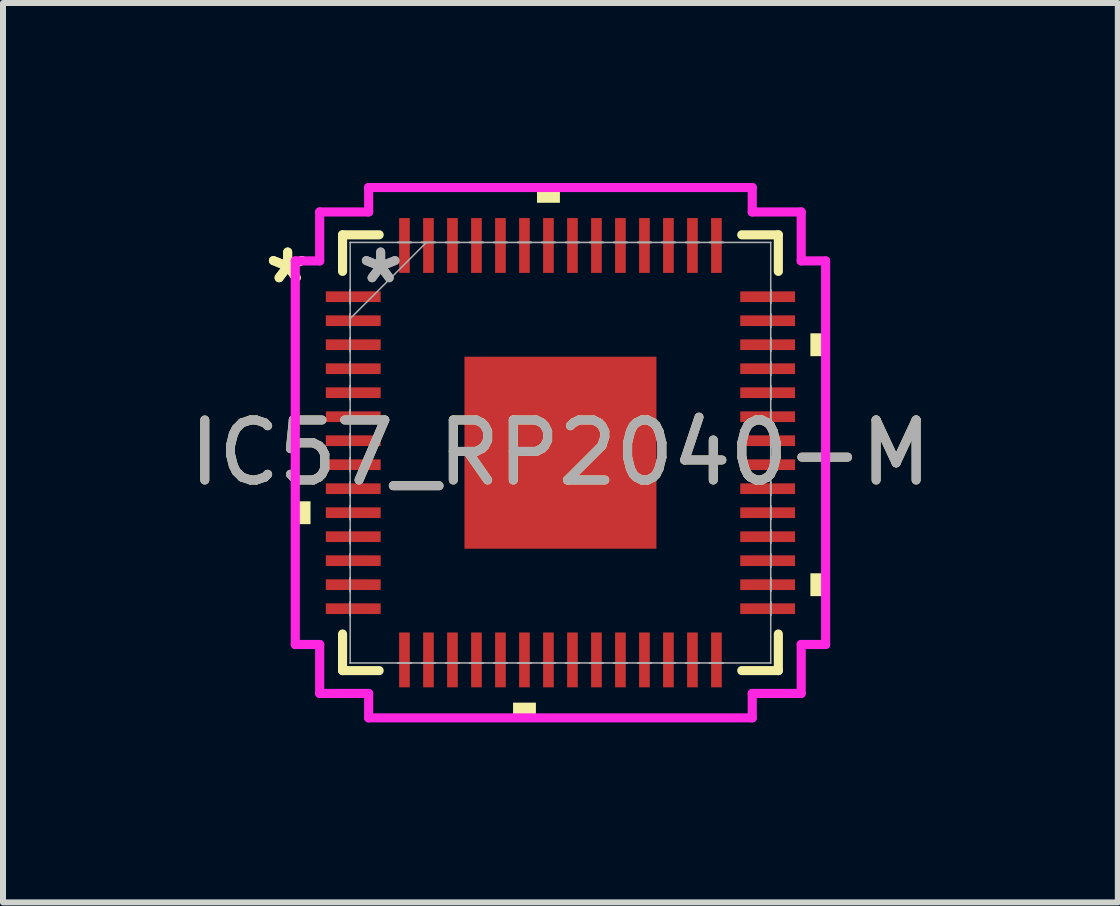
<source format=kicad_pcb>
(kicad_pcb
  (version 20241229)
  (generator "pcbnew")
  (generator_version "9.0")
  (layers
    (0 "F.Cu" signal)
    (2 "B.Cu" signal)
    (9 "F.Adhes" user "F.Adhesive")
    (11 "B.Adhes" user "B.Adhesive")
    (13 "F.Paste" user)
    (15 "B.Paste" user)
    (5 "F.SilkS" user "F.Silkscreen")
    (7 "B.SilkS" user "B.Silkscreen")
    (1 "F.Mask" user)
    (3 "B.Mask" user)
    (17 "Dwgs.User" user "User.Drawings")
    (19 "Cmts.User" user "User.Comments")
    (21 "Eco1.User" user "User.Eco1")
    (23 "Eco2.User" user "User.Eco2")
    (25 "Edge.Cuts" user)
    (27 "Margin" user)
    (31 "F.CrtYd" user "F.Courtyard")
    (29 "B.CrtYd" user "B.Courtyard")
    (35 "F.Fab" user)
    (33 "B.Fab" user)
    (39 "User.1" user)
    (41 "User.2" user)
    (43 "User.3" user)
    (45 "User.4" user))
  (footprint "IC57_RP2040-M"
    (layer "F.Cu")
    (at 6.292 4.496)
    (property "Reference" "IC57_RP2040-M" (at 0 0 0) (unlocked yes) (layer "F.SilkS") (effects (font (size 1 1) (thickness 0.15))))
    (attr smd)
    (fp_line (start -3.632 -3.632) (end -3.632 -3.022) (stroke (width 0.152) (type solid)) (layer "F.SilkS"))
    (fp_line (start -3.632 3.022) (end -3.632 3.632) (stroke (width 0.152) (type solid)) (layer "F.SilkS"))
    (fp_line (start -3.632 3.632) (end -3.022 3.632) (stroke (width 0.152) (type solid)) (layer "F.SilkS"))
    (fp_line (start -3.022 -3.632) (end -3.632 -3.632) (stroke (width 0.152) (type solid)) (layer "F.SilkS"))
    (fp_line (start 3.022 3.632) (end 3.632 3.632) (stroke (width 0.152) (type solid)) (layer "F.SilkS"))
    (fp_line (start 3.632 -3.632) (end 3.022 -3.632) (stroke (width 0.152) (type solid)) (layer "F.SilkS"))
    (fp_line (start 3.632 -3.022) (end 3.632 -3.632) (stroke (width 0.152) (type solid)) (layer "F.SilkS"))
    (fp_line (start 3.632 3.632) (end 3.632 3.022) (stroke (width 0.152) (type solid)) (layer "F.SilkS"))
    (fp_poly (pts (xy -4.42 0.81) (xy -4.42 1.191) (xy -4.166 1.191) (xy -4.166 0.81)) (stroke (width 0) (type solid)) (fill yes) (layer "F.SilkS"))
    (fp_poly (pts (xy -0.79 4.166) (xy -0.79 4.42) (xy -0.409 4.42) (xy -0.409 4.166)) (stroke (width 0) (type solid)) (fill yes) (layer "F.SilkS"))
    (fp_poly (pts (xy -0.391 -4.166) (xy -0.391 -4.42) (xy -0.009 -4.42) (xy -0.009 -4.166)) (stroke (width 0) (type solid)) (fill yes) (layer "F.SilkS"))
    (fp_poly (pts (xy 4.42 -1.99) (xy 4.42 -1.609) (xy 4.166 -1.609) (xy 4.166 -1.99)) (stroke (width 0) (type solid)) (fill yes) (layer "F.SilkS"))
    (fp_poly (pts (xy 4.42 2.01) (xy 4.42 2.391) (xy 4.166 2.391) (xy 4.166 2.01)) (stroke (width 0) (type solid)) (fill yes) (layer "F.SilkS"))
    (fp_poly (pts (xy -1.5 -1.5) (xy -1.5 -0.1) (xy -0.1 -0.1) (xy -0.1 -1.5)) (stroke (width 0) (type solid)) (fill yes) (layer "F.Paste"))
    (fp_poly (pts (xy -1.5 0.1) (xy -1.5 1.5) (xy -0.1 1.5) (xy -0.1 0.1)) (stroke (width 0) (type solid)) (fill yes) (layer "F.Paste"))
    (fp_poly (pts (xy 0.1 -1.5) (xy 0.1 -0.1) (xy 1.5 -0.1) (xy 1.5 -1.5)) (stroke (width 0) (type solid)) (fill yes) (layer "F.Paste"))
    (fp_poly (pts (xy 0.1 0.1) (xy 0.1 1.5) (xy 1.5 1.5) (xy 1.5 0.1)) (stroke (width 0) (type solid)) (fill yes) (layer "F.Paste"))
    (fp_line (start -4.42 -3.197) (end -4.013 -3.197) (stroke (width 0.152) (type solid)) (layer "F.CrtYd"))
    (fp_line (start -4.42 3.197) (end -4.42 -3.197) (stroke (width 0.152) (type solid)) (layer "F.CrtYd"))
    (fp_line (start -4.013 -4.013) (end -3.197 -4.013) (stroke (width 0.152) (type solid)) (layer "F.CrtYd"))
    (fp_line (start -4.013 -3.197) (end -4.013 -4.013) (stroke (width 0.152) (type solid)) (layer "F.CrtYd"))
    (fp_line (start -4.013 3.197) (end -4.42 3.197) (stroke (width 0.152) (type solid)) (layer "F.CrtYd"))
    (fp_line (start -4.013 4.013) (end -4.013 3.197) (stroke (width 0.152) (type solid)) (layer "F.CrtYd"))
    (fp_line (start -3.197 -4.42) (end 3.197 -4.42) (stroke (width 0.152) (type solid)) (layer "F.CrtYd"))
    (fp_line (start -3.197 -4.013) (end -3.197 -4.42) (stroke (width 0.152) (type solid)) (layer "F.CrtYd"))
    (fp_line (start -3.197 4.013) (end -4.013 4.013) (stroke (width 0.152) (type solid)) (layer "F.CrtYd"))
    (fp_line (start -3.197 4.42) (end -3.197 4.013) (stroke (width 0.152) (type solid)) (layer "F.CrtYd"))
    (fp_line (start 3.197 -4.42) (end 3.197 -4.013) (stroke (width 0.152) (type solid)) (layer "F.CrtYd"))
    (fp_line (start 3.197 -4.013) (end 4.013 -4.013) (stroke (width 0.152) (type solid)) (layer "F.CrtYd"))
    (fp_line (start 3.197 4.013) (end 3.197 4.42) (stroke (width 0.152) (type solid)) (layer "F.CrtYd"))
    (fp_line (start 3.197 4.42) (end -3.197 4.42) (stroke (width 0.152) (type solid)) (layer "F.CrtYd"))
    (fp_line (start 4.013 -4.013) (end 4.013 -3.197) (stroke (width 0.152) (type solid)) (layer "F.CrtYd"))
    (fp_line (start 4.013 -3.197) (end 4.42 -3.197) (stroke (width 0.152) (type solid)) (layer "F.CrtYd"))
    (fp_line (start 4.013 3.197) (end 4.013 4.013) (stroke (width 0.152) (type solid)) (layer "F.CrtYd"))
    (fp_line (start 4.013 4.013) (end 3.197 4.013) (stroke (width 0.152) (type solid)) (layer "F.CrtYd"))
    (fp_line (start 4.42 -3.197) (end 4.42 3.197) (stroke (width 0.152) (type solid)) (layer "F.CrtYd"))
    (fp_line (start 4.42 3.197) (end 4.013 3.197) (stroke (width 0.152) (type solid)) (layer "F.CrtYd"))
    (fp_line (start -3.505 -3.505) (end -3.505 -3.505) (stroke (width 0.025) (type solid)) (layer "F.Fab"))
    (fp_line (start -3.505 -3.505) (end -3.505 3.505) (stroke (width 0.025) (type solid)) (layer "F.Fab"))
    (fp_line (start -3.505 -2.714) (end -3.505 -2.714) (stroke (width 0.025) (type solid)) (layer "F.Fab"))
    (fp_line (start -3.505 -2.714) (end -3.505 -2.486) (stroke (width 0.025) (type solid)) (layer "F.Fab"))
    (fp_line (start -3.505 -2.486) (end -3.505 -2.714) (stroke (width 0.025) (type solid)) (layer "F.Fab"))
    (fp_line (start -3.505 -2.486) (end -3.505 -2.486) (stroke (width 0.025) (type solid)) (layer "F.Fab"))
    (fp_line (start -3.505 -2.314) (end -3.505 -2.314) (stroke (width 0.025) (type solid)) (layer "F.Fab"))
    (fp_line (start -3.505 -2.314) (end -3.505 -2.086) (stroke (width 0.025) (type solid)) (layer "F.Fab"))
    (fp_line (start -3.505 -2.235) (end -2.235 -3.505) (stroke (width 0.025) (type solid)) (layer "F.Fab"))
    (fp_line (start -3.505 -2.086) (end -3.505 -2.314) (stroke (width 0.025) (type solid)) (layer "F.Fab"))
    (fp_line (start -3.505 -2.086) (end -3.505 -2.086) (stroke (width 0.025) (type solid)) (layer "F.Fab"))
    (fp_line (start -3.505 -1.914) (end -3.505 -1.914) (stroke (width 0.025) (type solid)) (layer "F.Fab"))
    (fp_line (start -3.505 -1.914) (end -3.505 -1.686) (stroke (width 0.025) (type solid)) (layer "F.Fab"))
    (fp_line (start -3.505 -1.686) (end -3.505 -1.914) (stroke (width 0.025) (type solid)) (layer "F.Fab"))
    (fp_line (start -3.505 -1.686) (end -3.505 -1.686) (stroke (width 0.025) (type solid)) (layer "F.Fab"))
    (fp_line (start -3.505 -1.514) (end -3.505 -1.514) (stroke (width 0.025) (type solid)) (layer "F.Fab"))
    (fp_line (start -3.505 -1.514) (end -3.505 -1.286) (stroke (width 0.025) (type solid)) (layer "F.Fab"))
    (fp_line (start -3.505 -1.286) (end -3.505 -1.514) (stroke (width 0.025) (type solid)) (layer "F.Fab"))
    (fp_line (start -3.505 -1.286) (end -3.505 -1.286) (stroke (width 0.025) (type solid)) (layer "F.Fab"))
    (fp_line (start -3.505 -1.114) (end -3.505 -1.114) (stroke (width 0.025) (type solid)) (layer "F.Fab"))
    (fp_line (start -3.505 -1.114) (end -3.505 -0.886) (stroke (width 0.025) (type solid)) (layer "F.Fab"))
    (fp_line (start -3.505 -0.886) (end -3.505 -1.114) (stroke (width 0.025) (type solid)) (layer "F.Fab"))
    (fp_line (start -3.505 -0.886) (end -3.505 -0.886) (stroke (width 0.025) (type solid)) (layer "F.Fab"))
    (fp_line (start -3.505 -0.714) (end -3.505 -0.714) (stroke (width 0.025) (type solid)) (layer "F.Fab"))
    (fp_line (start -3.505 -0.714) (end -3.505 -0.486) (stroke (width 0.025) (type solid)) (layer "F.Fab"))
    (fp_line (start -3.505 -0.486) (end -3.505 -0.714) (stroke (width 0.025) (type solid)) (layer "F.Fab"))
    (fp_line (start -3.505 -0.486) (end -3.505 -0.486) (stroke (width 0.025) (type solid)) (layer "F.Fab"))
    (fp_line (start -3.505 -0.314) (end -3.505 -0.314) (stroke (width 0.025) (type solid)) (layer "F.Fab"))
    (fp_line (start -3.505 -0.314) (end -3.505 -0.086) (stroke (width 0.025) (type solid)) (layer "F.Fab"))
    (fp_line (start -3.505 -0.086) (end -3.505 -0.314) (stroke (width 0.025) (type solid)) (layer "F.Fab"))
    (fp_line (start -3.505 -0.086) (end -3.505 -0.086) (stroke (width 0.025) (type solid)) (layer "F.Fab"))
    (fp_line (start -3.505 0.086) (end -3.505 0.086) (stroke (width 0.025) (type solid)) (layer "F.Fab"))
    (fp_line (start -3.505 0.086) (end -3.505 0.314) (stroke (width 0.025) (type solid)) (layer "F.Fab"))
    (fp_line (start -3.505 0.314) (end -3.505 0.086) (stroke (width 0.025) (type solid)) (layer "F.Fab"))
    (fp_line (start -3.505 0.314) (end -3.505 0.314) (stroke (width 0.025) (type solid)) (layer "F.Fab"))
    (fp_line (start -3.505 0.486) (end -3.505 0.486) (stroke (width 0.025) (type solid)) (layer "F.Fab"))
    (fp_line (start -3.505 0.486) (end -3.505 0.714) (stroke (width 0.025) (type solid)) (layer "F.Fab"))
    (fp_line (start -3.505 0.714) (end -3.505 0.486) (stroke (width 0.025) (type solid)) (layer "F.Fab"))
    (fp_line (start -3.505 0.714) (end -3.505 0.714) (stroke (width 0.025) (type solid)) (layer "F.Fab"))
    (fp_line (start -3.505 0.886) (end -3.505 0.886) (stroke (width 0.025) (type solid)) (layer "F.Fab"))
    (fp_line (start -3.505 0.886) (end -3.505 1.114) (stroke (width 0.025) (type solid)) (layer "F.Fab"))
    (fp_line (start -3.505 1.114) (end -3.505 0.886) (stroke (width 0.025) (type solid)) (layer "F.Fab"))
    (fp_line (start -3.505 1.114) (end -3.505 1.114) (stroke (width 0.025) (type solid)) (layer "F.Fab"))
    (fp_line (start -3.505 1.286) (end -3.505 1.286) (stroke (width 0.025) (type solid)) (layer "F.Fab"))
    (fp_line (start -3.505 1.286) (end -3.505 1.514) (stroke (width 0.025) (type solid)) (layer "F.Fab"))
    (fp_line (start -3.505 1.514) (end -3.505 1.286) (stroke (width 0.025) (type solid)) (layer "F.Fab"))
    (fp_line (start -3.505 1.514) (end -3.505 1.514) (stroke (width 0.025) (type solid)) (layer "F.Fab"))
    (fp_line (start -3.505 1.686) (end -3.505 1.686) (stroke (width 0.025) (type solid)) (layer "F.Fab"))
    (fp_line (start -3.505 1.686) (end -3.505 1.914) (stroke (width 0.025) (type solid)) (layer "F.Fab"))
    (fp_line (start -3.505 1.914) (end -3.505 1.686) (stroke (width 0.025) (type solid)) (layer "F.Fab"))
    (fp_line (start -3.505 1.914) (end -3.505 1.914) (stroke (width 0.025) (type solid)) (layer "F.Fab"))
    (fp_line (start -3.505 2.086) (end -3.505 2.086) (stroke (width 0.025) (type solid)) (layer "F.Fab"))
    (fp_line (start -3.505 2.086) (end -3.505 2.314) (stroke (width 0.025) (type solid)) (layer "F.Fab"))
    (fp_line (start -3.505 2.314) (end -3.505 2.086) (stroke (width 0.025) (type solid)) (layer "F.Fab"))
    (fp_line (start -3.505 2.314) (end -3.505 2.314) (stroke (width 0.025) (type solid)) (layer "F.Fab"))
    (fp_line (start -3.505 2.486) (end -3.505 2.486) (stroke (width 0.025) (type solid)) (layer "F.Fab"))
    (fp_line (start -3.505 2.486) (end -3.505 2.714) (stroke (width 0.025) (type solid)) (layer "F.Fab"))
    (fp_line (start -3.505 2.714) (end -3.505 2.486) (stroke (width 0.025) (type solid)) (layer "F.Fab"))
    (fp_line (start -3.505 2.714) (end -3.505 2.714) (stroke (width 0.025) (type solid)) (layer "F.Fab"))
    (fp_line (start -3.505 3.505) (end -3.505 3.505) (stroke (width 0.025) (type solid)) (layer "F.Fab"))
    (fp_line (start -3.505 3.505) (end 3.505 3.505) (stroke (width 0.025) (type solid)) (layer "F.Fab"))
    (fp_line (start -2.714 -3.505) (end -2.714 -3.505) (stroke (width 0.025) (type solid)) (layer "F.Fab"))
    (fp_line (start -2.714 -3.505) (end -2.486 -3.505) (stroke (width 0.025) (type solid)) (layer "F.Fab"))
    (fp_line (start -2.714 3.505) (end -2.714 3.505) (stroke (width 0.025) (type solid)) (layer "F.Fab"))
    (fp_line (start -2.714 3.505) (end -2.486 3.505) (stroke (width 0.025) (type solid)) (layer "F.Fab"))
    (fp_line (start -2.486 -3.505) (end -2.714 -3.505) (stroke (width 0.025) (type solid)) (layer "F.Fab"))
    (fp_line (start -2.486 -3.505) (end -2.486 -3.505) (stroke (width 0.025) (type solid)) (layer "F.Fab"))
    (fp_line (start -2.486 3.505) (end -2.714 3.505) (stroke (width 0.025) (type solid)) (layer "F.Fab"))
    (fp_line (start -2.486 3.505) (end -2.486 3.505) (stroke (width 0.025) (type solid)) (layer "F.Fab"))
    (fp_line (start -2.314 -3.505) (end -2.314 -3.505) (stroke (width 0.025) (type solid)) (layer "F.Fab"))
    (fp_line (start -2.314 -3.505) (end -2.086 -3.505) (stroke (width 0.025) (type solid)) (layer "F.Fab"))
    (fp_line (start -2.314 3.505) (end -2.314 3.505) (stroke (width 0.025) (type solid)) (layer "F.Fab"))
    (fp_line (start -2.314 3.505) (end -2.086 3.505) (stroke (width 0.025) (type solid)) (layer "F.Fab"))
    (fp_line (start -2.086 -3.505) (end -2.314 -3.505) (stroke (width 0.025) (type solid)) (layer "F.Fab"))
    (fp_line (start -2.086 -3.505) (end -2.086 -3.505) (stroke (width 0.025) (type solid)) (layer "F.Fab"))
    (fp_line (start -2.086 3.505) (end -2.314 3.505) (stroke (width 0.025) (type solid)) (layer "F.Fab"))
    (fp_line (start -2.086 3.505) (end -2.086 3.505) (stroke (width 0.025) (type solid)) (layer "F.Fab"))
    (fp_line (start -1.914 -3.505) (end -1.914 -3.505) (stroke (width 0.025) (type solid)) (layer "F.Fab"))
    (fp_line (start -1.914 -3.505) (end -1.686 -3.505) (stroke (width 0.025) (type solid)) (layer "F.Fab"))
    (fp_line (start -1.914 3.505) (end -1.914 3.505) (stroke (width 0.025) (type solid)) (layer "F.Fab"))
    (fp_line (start -1.914 3.505) (end -1.686 3.505) (stroke (width 0.025) (type solid)) (layer "F.Fab"))
    (fp_line (start -1.686 -3.505) (end -1.914 -3.505) (stroke (width 0.025) (type solid)) (layer "F.Fab"))
    (fp_line (start -1.686 -3.505) (end -1.686 -3.505) (stroke (width 0.025) (type solid)) (layer "F.Fab"))
    (fp_line (start -1.686 3.505) (end -1.914 3.505) (stroke (width 0.025) (type solid)) (layer "F.Fab"))
    (fp_line (start -1.686 3.505) (end -1.686 3.505) (stroke (width 0.025) (type solid)) (layer "F.Fab"))
    (fp_line (start -1.514 -3.505) (end -1.514 -3.505) (stroke (width 0.025) (type solid)) (layer "F.Fab"))
    (fp_line (start -1.514 -3.505) (end -1.286 -3.505) (stroke (width 0.025) (type solid)) (layer "F.Fab"))
    (fp_line (start -1.514 3.505) (end -1.514 3.505) (stroke (width 0.025) (type solid)) (layer "F.Fab"))
    (fp_line (start -1.514 3.505) (end -1.286 3.505) (stroke (width 0.025) (type solid)) (layer "F.Fab"))
    (fp_line (start -1.286 -3.505) (end -1.514 -3.505) (stroke (width 0.025) (type solid)) (layer "F.Fab"))
    (fp_line (start -1.286 -3.505) (end -1.286 -3.505) (stroke (width 0.025) (type solid)) (layer "F.Fab"))
    (fp_line (start -1.286 3.505) (end -1.514 3.505) (stroke (width 0.025) (type solid)) (layer "F.Fab"))
    (fp_line (start -1.286 3.505) (end -1.286 3.505) (stroke (width 0.025) (type solid)) (layer "F.Fab"))
    (fp_line (start -1.114 -3.505) (end -1.114 -3.505) (stroke (width 0.025) (type solid)) (layer "F.Fab"))
    (fp_line (start -1.114 -3.505) (end -0.886 -3.505) (stroke (width 0.025) (type solid)) (layer "F.Fab"))
    (fp_line (start -1.114 3.505) (end -1.114 3.505) (stroke (width 0.025) (type solid)) (layer "F.Fab"))
    (fp_line (start -1.114 3.505) (end -0.886 3.505) (stroke (width 0.025) (type solid)) (layer "F.Fab"))
    (fp_line (start -0.886 -3.505) (end -1.114 -3.505) (stroke (width 0.025) (type solid)) (layer "F.Fab"))
    (fp_line (start -0.886 -3.505) (end -0.886 -3.505) (stroke (width 0.025) (type solid)) (layer "F.Fab"))
    (fp_line (start -0.886 3.505) (end -1.114 3.505) (stroke (width 0.025) (type solid)) (layer "F.Fab"))
    (fp_line (start -0.886 3.505) (end -0.886 3.505) (stroke (width 0.025) (type solid)) (layer "F.Fab"))
    (fp_line (start -0.714 -3.505) (end -0.714 -3.505) (stroke (width 0.025) (type solid)) (layer "F.Fab"))
    (fp_line (start -0.714 -3.505) (end -0.486 -3.505) (stroke (width 0.025) (type solid)) (layer "F.Fab"))
    (fp_line (start -0.714 3.505) (end -0.714 3.505) (stroke (width 0.025) (type solid)) (layer "F.Fab"))
    (fp_line (start -0.714 3.505) (end -0.486 3.505) (stroke (width 0.025) (type solid)) (layer "F.Fab"))
    (fp_line (start -0.486 -3.505) (end -0.714 -3.505) (stroke (width 0.025) (type solid)) (layer "F.Fab"))
    (fp_line (start -0.486 -3.505) (end -0.486 -3.505) (stroke (width 0.025) (type solid)) (layer "F.Fab"))
    (fp_line (start -0.486 3.505) (end -0.714 3.505) (stroke (width 0.025) (type solid)) (layer "F.Fab"))
    (fp_line (start -0.486 3.505) (end -0.486 3.505) (stroke (width 0.025) (type solid)) (layer "F.Fab"))
    (fp_line (start -0.314 -3.505) (end -0.314 -3.505) (stroke (width 0.025) (type solid)) (layer "F.Fab"))
    (fp_line (start -0.314 -3.505) (end -0.086 -3.505) (stroke (width 0.025) (type solid)) (layer "F.Fab"))
    (fp_line (start -0.314 3.505) (end -0.314 3.505) (stroke (width 0.025) (type solid)) (layer "F.Fab"))
    (fp_line (start -0.314 3.505) (end -0.086 3.505) (stroke (width 0.025) (type solid)) (layer "F.Fab"))
    (fp_line (start -0.086 -3.505) (end -0.314 -3.505) (stroke (width 0.025) (type solid)) (layer "F.Fab"))
    (fp_line (start -0.086 -3.505) (end -0.086 -3.505) (stroke (width 0.025) (type solid)) (layer "F.Fab"))
    (fp_line (start -0.086 3.505) (end -0.314 3.505) (stroke (width 0.025) (type solid)) (layer "F.Fab"))
    (fp_line (start -0.086 3.505) (end -0.086 3.505) (stroke (width 0.025) (type solid)) (layer "F.Fab"))
    (fp_line (start 0.086 -3.505) (end 0.086 -3.505) (stroke (width 0.025) (type solid)) (layer "F.Fab"))
    (fp_line (start 0.086 -3.505) (end 0.314 -3.505) (stroke (width 0.025) (type solid)) (layer "F.Fab"))
    (fp_line (start 0.086 3.505) (end 0.086 3.505) (stroke (width 0.025) (type solid)) (layer "F.Fab"))
    (fp_line (start 0.086 3.505) (end 0.314 3.505) (stroke (width 0.025) (type solid)) (layer "F.Fab"))
    (fp_line (start 0.314 -3.505) (end 0.086 -3.505) (stroke (width 0.025) (type solid)) (layer "F.Fab"))
    (fp_line (start 0.314 -3.505) (end 0.314 -3.505) (stroke (width 0.025) (type solid)) (layer "F.Fab"))
    (fp_line (start 0.314 3.505) (end 0.086 3.505) (stroke (width 0.025) (type solid)) (layer "F.Fab"))
    (fp_line (start 0.314 3.505) (end 0.314 3.505) (stroke (width 0.025) (type solid)) (layer "F.Fab"))
    (fp_line (start 0.486 -3.505) (end 0.486 -3.505) (stroke (width 0.025) (type solid)) (layer "F.Fab"))
    (fp_line (start 0.486 -3.505) (end 0.714 -3.505) (stroke (width 0.025) (type solid)) (layer "F.Fab"))
    (fp_line (start 0.486 3.505) (end 0.486 3.505) (stroke (width 0.025) (type solid)) (layer "F.Fab"))
    (fp_line (start 0.486 3.505) (end 0.714 3.505) (stroke (width 0.025) (type solid)) (layer "F.Fab"))
    (fp_line (start 0.714 -3.505) (end 0.486 -3.505) (stroke (width 0.025) (type solid)) (layer "F.Fab"))
    (fp_line (start 0.714 -3.505) (end 0.714 -3.505) (stroke (width 0.025) (type solid)) (layer "F.Fab"))
    (fp_line (start 0.714 3.505) (end 0.486 3.505) (stroke (width 0.025) (type solid)) (layer "F.Fab"))
    (fp_line (start 0.714 3.505) (end 0.714 3.505) (stroke (width 0.025) (type solid)) (layer "F.Fab"))
    (fp_line (start 0.886 -3.505) (end 0.886 -3.505) (stroke (width 0.025) (type solid)) (layer "F.Fab"))
    (fp_line (start 0.886 -3.505) (end 1.114 -3.505) (stroke (width 0.025) (type solid)) (layer "F.Fab"))
    (fp_line (start 0.886 3.505) (end 0.886 3.505) (stroke (width 0.025) (type solid)) (layer "F.Fab"))
    (fp_line (start 0.886 3.505) (end 1.114 3.505) (stroke (width 0.025) (type solid)) (layer "F.Fab"))
    (fp_line (start 1.114 -3.505) (end 0.886 -3.505) (stroke (width 0.025) (type solid)) (layer "F.Fab"))
    (fp_line (start 1.114 -3.505) (end 1.114 -3.505) (stroke (width 0.025) (type solid)) (layer "F.Fab"))
    (fp_line (start 1.114 3.505) (end 0.886 3.505) (stroke (width 0.025) (type solid)) (layer "F.Fab"))
    (fp_line (start 1.114 3.505) (end 1.114 3.505) (stroke (width 0.025) (type solid)) (layer "F.Fab"))
    (fp_line (start 1.286 -3.505) (end 1.286 -3.505) (stroke (width 0.025) (type solid)) (layer "F.Fab"))
    (fp_line (start 1.286 -3.505) (end 1.514 -3.505) (stroke (width 0.025) (type solid)) (layer "F.Fab"))
    (fp_line (start 1.286 3.505) (end 1.286 3.505) (stroke (width 0.025) (type solid)) (layer "F.Fab"))
    (fp_line (start 1.286 3.505) (end 1.514 3.505) (stroke (width 0.025) (type solid)) (layer "F.Fab"))
    (fp_line (start 1.514 -3.505) (end 1.286 -3.505) (stroke (width 0.025) (type solid)) (layer "F.Fab"))
    (fp_line (start 1.514 -3.505) (end 1.514 -3.505) (stroke (width 0.025) (type solid)) (layer "F.Fab"))
    (fp_line (start 1.514 3.505) (end 1.286 3.505) (stroke (width 0.025) (type solid)) (layer "F.Fab"))
    (fp_line (start 1.514 3.505) (end 1.514 3.505) (stroke (width 0.025) (type solid)) (layer "F.Fab"))
    (fp_line (start 1.686 -3.505) (end 1.686 -3.505) (stroke (width 0.025) (type solid)) (layer "F.Fab"))
    (fp_line (start 1.686 -3.505) (end 1.914 -3.505) (stroke (width 0.025) (type solid)) (layer "F.Fab"))
    (fp_line (start 1.686 3.505) (end 1.686 3.505) (stroke (width 0.025) (type solid)) (layer "F.Fab"))
    (fp_line (start 1.686 3.505) (end 1.914 3.505) (stroke (width 0.025) (type solid)) (layer "F.Fab"))
    (fp_line (start 1.914 -3.505) (end 1.686 -3.505) (stroke (width 0.025) (type solid)) (layer "F.Fab"))
    (fp_line (start 1.914 -3.505) (end 1.914 -3.505) (stroke (width 0.025) (type solid)) (layer "F.Fab"))
    (fp_line (start 1.914 3.505) (end 1.686 3.505) (stroke (width 0.025) (type solid)) (layer "F.Fab"))
    (fp_line (start 1.914 3.505) (end 1.914 3.505) (stroke (width 0.025) (type solid)) (layer "F.Fab"))
    (fp_line (start 2.086 -3.505) (end 2.086 -3.505) (stroke (width 0.025) (type solid)) (layer "F.Fab"))
    (fp_line (start 2.086 -3.505) (end 2.314 -3.505) (stroke (width 0.025) (type solid)) (layer "F.Fab"))
    (fp_line (start 2.086 3.505) (end 2.086 3.505) (stroke (width 0.025) (type solid)) (layer "F.Fab"))
    (fp_line (start 2.086 3.505) (end 2.314 3.505) (stroke (width 0.025) (type solid)) (layer "F.Fab"))
    (fp_line (start 2.314 -3.505) (end 2.086 -3.505) (stroke (width 0.025) (type solid)) (layer "F.Fab"))
    (fp_line (start 2.314 -3.505) (end 2.314 -3.505) (stroke (width 0.025) (type solid)) (layer "F.Fab"))
    (fp_line (start 2.314 3.505) (end 2.086 3.505) (stroke (width 0.025) (type solid)) (layer "F.Fab"))
    (fp_line (start 2.314 3.505) (end 2.314 3.505) (stroke (width 0.025) (type solid)) (layer "F.Fab"))
    (fp_line (start 2.486 -3.505) (end 2.486 -3.505) (stroke (width 0.025) (type solid)) (layer "F.Fab"))
    (fp_line (start 2.486 -3.505) (end 2.714 -3.505) (stroke (width 0.025) (type solid)) (layer "F.Fab"))
    (fp_line (start 2.486 3.505) (end 2.486 3.505) (stroke (width 0.025) (type solid)) (layer "F.Fab"))
    (fp_line (start 2.486 3.505) (end 2.714 3.505) (stroke (width 0.025) (type solid)) (layer "F.Fab"))
    (fp_line (start 2.714 -3.505) (end 2.486 -3.505) (stroke (width 0.025) (type solid)) (layer "F.Fab"))
    (fp_line (start 2.714 -3.505) (end 2.714 -3.505) (stroke (width 0.025) (type solid)) (layer "F.Fab"))
    (fp_line (start 2.714 3.505) (end 2.486 3.505) (stroke (width 0.025) (type solid)) (layer "F.Fab"))
    (fp_line (start 2.714 3.505) (end 2.714 3.505) (stroke (width 0.025) (type solid)) (layer "F.Fab"))
    (fp_line (start 3.505 -3.505) (end -3.505 -3.505) (stroke (width 0.025) (type solid)) (layer "F.Fab"))
    (fp_line (start 3.505 -3.505) (end 3.505 -3.505) (stroke (width 0.025) (type solid)) (layer "F.Fab"))
    (fp_line (start 3.505 -2.714) (end 3.505 -2.714) (stroke (width 0.025) (type solid)) (layer "F.Fab"))
    (fp_line (start 3.505 -2.714) (end 3.505 -2.486) (stroke (width 0.025) (type solid)) (layer "F.Fab"))
    (fp_line (start 3.505 -2.486) (end 3.505 -2.714) (stroke (width 0.025) (type solid)) (layer "F.Fab"))
    (fp_line (start 3.505 -2.486) (end 3.505 -2.486) (stroke (width 0.025) (type solid)) (layer "F.Fab"))
    (fp_line (start 3.505 -2.314) (end 3.505 -2.314) (stroke (width 0.025) (type solid)) (layer "F.Fab"))
    (fp_line (start 3.505 -2.314) (end 3.505 -2.086) (stroke (width 0.025) (type solid)) (layer "F.Fab"))
    (fp_line (start 3.505 -2.086) (end 3.505 -2.314) (stroke (width 0.025) (type solid)) (layer "F.Fab"))
    (fp_line (start 3.505 -2.086) (end 3.505 -2.086) (stroke (width 0.025) (type solid)) (layer "F.Fab"))
    (fp_line (start 3.505 -1.914) (end 3.505 -1.914) (stroke (width 0.025) (type solid)) (layer "F.Fab"))
    (fp_line (start 3.505 -1.914) (end 3.505 -1.686) (stroke (width 0.025) (type solid)) (layer "F.Fab"))
    (fp_line (start 3.505 -1.686) (end 3.505 -1.914) (stroke (width 0.025) (type solid)) (layer "F.Fab"))
    (fp_line (start 3.505 -1.686) (end 3.505 -1.686) (stroke (width 0.025) (type solid)) (layer "F.Fab"))
    (fp_line (start 3.505 -1.514) (end 3.505 -1.514) (stroke (width 0.025) (type solid)) (layer "F.Fab"))
    (fp_line (start 3.505 -1.514) (end 3.505 -1.286) (stroke (width 0.025) (type solid)) (layer "F.Fab"))
    (fp_line (start 3.505 -1.286) (end 3.505 -1.514) (stroke (width 0.025) (type solid)) (layer "F.Fab"))
    (fp_line (start 3.505 -1.286) (end 3.505 -1.286) (stroke (width 0.025) (type solid)) (layer "F.Fab"))
    (fp_line (start 3.505 -1.114) (end 3.505 -1.114) (stroke (width 0.025) (type solid)) (layer "F.Fab"))
    (fp_line (start 3.505 -1.114) (end 3.505 -0.886) (stroke (width 0.025) (type solid)) (layer "F.Fab"))
    (fp_line (start 3.505 -0.886) (end 3.505 -1.114) (stroke (width 0.025) (type solid)) (layer "F.Fab"))
    (fp_line (start 3.505 -0.886) (end 3.505 -0.886) (stroke (width 0.025) (type solid)) (layer "F.Fab"))
    (fp_line (start 3.505 -0.714) (end 3.505 -0.714) (stroke (width 0.025) (type solid)) (layer "F.Fab"))
    (fp_line (start 3.505 -0.714) (end 3.505 -0.486) (stroke (width 0.025) (type solid)) (layer "F.Fab"))
    (fp_line (start 3.505 -0.486) (end 3.505 -0.714) (stroke (width 0.025) (type solid)) (layer "F.Fab"))
    (fp_line (start 3.505 -0.486) (end 3.505 -0.486) (stroke (width 0.025) (type solid)) (layer "F.Fab"))
    (fp_line (start 3.505 -0.314) (end 3.505 -0.314) (stroke (width 0.025) (type solid)) (layer "F.Fab"))
    (fp_line (start 3.505 -0.314) (end 3.505 -0.086) (stroke (width 0.025) (type solid)) (layer "F.Fab"))
    (fp_line (start 3.505 -0.086) (end 3.505 -0.314) (stroke (width 0.025) (type solid)) (layer "F.Fab"))
    (fp_line (start 3.505 -0.086) (end 3.505 -0.086) (stroke (width 0.025) (type solid)) (layer "F.Fab"))
    (fp_line (start 3.505 0.086) (end 3.505 0.086) (stroke (width 0.025) (type solid)) (layer "F.Fab"))
    (fp_line (start 3.505 0.086) (end 3.505 0.314) (stroke (width 0.025) (type solid)) (layer "F.Fab"))
    (fp_line (start 3.505 0.314) (end 3.505 0.086) (stroke (width 0.025) (type solid)) (layer "F.Fab"))
    (fp_line (start 3.505 0.314) (end 3.505 0.314) (stroke (width 0.025) (type solid)) (layer "F.Fab"))
    (fp_line (start 3.505 0.486) (end 3.505 0.486) (stroke (width 0.025) (type solid)) (layer "F.Fab"))
    (fp_line (start 3.505 0.486) (end 3.505 0.714) (stroke (width 0.025) (type solid)) (layer "F.Fab"))
    (fp_line (start 3.505 0.714) (end 3.505 0.486) (stroke (width 0.025) (type solid)) (layer "F.Fab"))
    (fp_line (start 3.505 0.714) (end 3.505 0.714) (stroke (width 0.025) (type solid)) (layer "F.Fab"))
    (fp_line (start 3.505 0.886) (end 3.505 0.886) (stroke (width 0.025) (type solid)) (layer "F.Fab"))
    (fp_line (start 3.505 0.886) (end 3.505 1.114) (stroke (width 0.025) (type solid)) (layer "F.Fab"))
    (fp_line (start 3.505 1.114) (end 3.505 0.886) (stroke (width 0.025) (type solid)) (layer "F.Fab"))
    (fp_line (start 3.505 1.114) (end 3.505 1.114) (stroke (width 0.025) (type solid)) (layer "F.Fab"))
    (fp_line (start 3.505 1.286) (end 3.505 1.286) (stroke (width 0.025) (type solid)) (layer "F.Fab"))
    (fp_line (start 3.505 1.286) (end 3.505 1.514) (stroke (width 0.025) (type solid)) (layer "F.Fab"))
    (fp_line (start 3.505 1.514) (end 3.505 1.286) (stroke (width 0.025) (type solid)) (layer "F.Fab"))
    (fp_line (start 3.505 1.514) (end 3.505 1.514) (stroke (width 0.025) (type solid)) (layer "F.Fab"))
    (fp_line (start 3.505 1.686) (end 3.505 1.686) (stroke (width 0.025) (type solid)) (layer "F.Fab"))
    (fp_line (start 3.505 1.686) (end 3.505 1.914) (stroke (width 0.025) (type solid)) (layer "F.Fab"))
    (fp_line (start 3.505 1.914) (end 3.505 1.686) (stroke (width 0.025) (type solid)) (layer "F.Fab"))
    (fp_line (start 3.505 1.914) (end 3.505 1.914) (stroke (width 0.025) (type solid)) (layer "F.Fab"))
    (fp_line (start 3.505 2.086) (end 3.505 2.086) (stroke (width 0.025) (type solid)) (layer "F.Fab"))
    (fp_line (start 3.505 2.086) (end 3.505 2.314) (stroke (width 0.025) (type solid)) (layer "F.Fab"))
    (fp_line (start 3.505 2.314) (end 3.505 2.086) (stroke (width 0.025) (type solid)) (layer "F.Fab"))
    (fp_line (start 3.505 2.314) (end 3.505 2.314) (stroke (width 0.025) (type solid)) (layer "F.Fab"))
    (fp_line (start 3.505 2.486) (end 3.505 2.486) (stroke (width 0.025) (type solid)) (layer "F.Fab"))
    (fp_line (start 3.505 2.486) (end 3.505 2.714) (stroke (width 0.025) (type solid)) (layer "F.Fab"))
    (fp_line (start 3.505 2.714) (end 3.505 2.486) (stroke (width 0.025) (type solid)) (layer "F.Fab"))
    (fp_line (start 3.505 2.714) (end 3.505 2.714) (stroke (width 0.025) (type solid)) (layer "F.Fab"))
    (fp_line (start 3.505 3.505) (end 3.505 -3.505) (stroke (width 0.025) (type solid)) (layer "F.Fab"))
    (fp_line (start 3.505 3.505) (end 3.505 3.505) (stroke (width 0.025) (type solid)) (layer "F.Fab"))
    (fp_text user "*" (at -4.547 -2.8 0) (unlocked yes) (layer "F.SilkS") (effects (font (size 1 1) (thickness 0.15))))
    (fp_text user "*" (at -4.547 -2.8 0) (layer "F.SilkS") (effects (font (size 1 1) (thickness 0.15))))
    (fp_text user "*" (at -2.997 -2.8 0) (layer "F.Fab") (effects (font (size 1 1) (thickness 0.15))))
    (fp_text user "${REFERENCE}" (at 0 0 0) (unlocked yes) (layer "F.Fab") (effects (font (size 1 1) (thickness 0.15))))
    (fp_text user "*" (at -2.997 -2.8 0) (unlocked yes) (layer "F.Fab") (effects (font (size 1 1) (thickness 0.15))))
    (pad "1" smd rect (at -3.454 -2.6 90) (size 0.178 0.914) (layers "F.Cu" "F.Mask" "F.Paste"))
    (pad "2" smd rect (at -3.454 -2.2 90) (size 0.178 0.914) (layers "F.Cu" "F.Mask" "F.Paste"))
    (pad "3" smd rect (at -3.454 -1.8 90) (size 0.178 0.914) (layers "F.Cu" "F.Mask" "F.Paste"))
    (pad "4" smd rect (at -3.454 -1.4 90) (size 0.178 0.914) (layers "F.Cu" "F.Mask" "F.Paste"))
    (pad "5" smd rect (at -3.454 -1 90) (size 0.178 0.914) (layers "F.Cu" "F.Mask" "F.Paste"))
    (pad "6" smd rect (at -3.454 -0.6 90) (size 0.178 0.914) (layers "F.Cu" "F.Mask" "F.Paste"))
    (pad "7" smd rect (at -3.454 -0.2 90) (size 0.178 0.914) (layers "F.Cu" "F.Mask" "F.Paste"))
    (pad "8" smd rect (at -3.454 0.2 90) (size 0.178 0.914) (layers "F.Cu" "F.Mask" "F.Paste"))
    (pad "9" smd rect (at -3.454 0.6 90) (size 0.178 0.914) (layers "F.Cu" "F.Mask" "F.Paste"))
    (pad "10" smd rect (at -3.454 1 90) (size 0.178 0.914) (layers "F.Cu" "F.Mask" "F.Paste"))
    (pad "11" smd rect (at -3.454 1.4 90) (size 0.178 0.914) (layers "F.Cu" "F.Mask" "F.Paste"))
    (pad "12" smd rect (at -3.454 1.8 90) (size 0.178 0.914) (layers "F.Cu" "F.Mask" "F.Paste"))
    (pad "13" smd rect (at -3.454 2.2 90) (size 0.178 0.914) (layers "F.Cu" "F.Mask" "F.Paste"))
    (pad "14" smd rect (at -3.454 2.6 90) (size 0.178 0.914) (layers "F.Cu" "F.Mask" "F.Paste"))
    (pad "15" smd rect (at -2.6 3.454) (size 0.178 0.914) (layers "F.Cu" "F.Mask" "F.Paste"))
    (pad "16" smd rect (at -2.2 3.454) (size 0.178 0.914) (layers "F.Cu" "F.Mask" "F.Paste"))
    (pad "17" smd rect (at -1.8 3.454) (size 0.178 0.914) (layers "F.Cu" "F.Mask" "F.Paste"))
    (pad "18" smd rect (at -1.4 3.454) (size 0.178 0.914) (layers "F.Cu" "F.Mask" "F.Paste"))
    (pad "19" smd rect (at -1 3.454) (size 0.178 0.914) (layers "F.Cu" "F.Mask" "F.Paste"))
    (pad "20" smd rect (at -0.6 3.454) (size 0.178 0.914) (layers "F.Cu" "F.Mask" "F.Paste"))
    (pad "21" smd rect (at -0.2 3.454) (size 0.178 0.914) (layers "F.Cu" "F.Mask" "F.Paste"))
    (pad "22" smd rect (at 0.2 3.454) (size 0.178 0.914) (layers "F.Cu" "F.Mask" "F.Paste"))
    (pad "23" smd rect (at 0.6 3.454) (size 0.178 0.914) (layers "F.Cu" "F.Mask" "F.Paste"))
    (pad "24" smd rect (at 1 3.454) (size 0.178 0.914) (layers "F.Cu" "F.Mask" "F.Paste"))
    (pad "25" smd rect (at 1.4 3.454) (size 0.178 0.914) (layers "F.Cu" "F.Mask" "F.Paste"))
    (pad "26" smd rect (at 1.8 3.454) (size 0.178 0.914) (layers "F.Cu" "F.Mask" "F.Paste"))
    (pad "27" smd rect (at 2.2 3.454) (size 0.178 0.914) (layers "F.Cu" "F.Mask" "F.Paste"))
    (pad "28" smd rect (at 2.6 3.454) (size 0.178 0.914) (layers "F.Cu" "F.Mask" "F.Paste"))
    (pad "29" smd rect (at 3.454 2.6 90) (size 0.178 0.914) (layers "F.Cu" "F.Mask" "F.Paste"))
    (pad "30" smd rect (at 3.454 2.2 90) (size 0.178 0.914) (layers "F.Cu" "F.Mask" "F.Paste"))
    (pad "31" smd rect (at 3.454 1.8 90) (size 0.178 0.914) (layers "F.Cu" "F.Mask" "F.Paste"))
    (pad "32" smd rect (at 3.454 1.4 90) (size 0.178 0.914) (layers "F.Cu" "F.Mask" "F.Paste"))
    (pad "33" smd rect (at 3.454 1 90) (size 0.178 0.914) (layers "F.Cu" "F.Mask" "F.Paste"))
    (pad "34" smd rect (at 3.454 0.6 90) (size 0.178 0.914) (layers "F.Cu" "F.Mask" "F.Paste"))
    (pad "35" smd rect (at 3.454 0.2 90) (size 0.178 0.914) (layers "F.Cu" "F.Mask" "F.Paste"))
    (pad "36" smd rect (at 3.454 -0.2 90) (size 0.178 0.914) (layers "F.Cu" "F.Mask" "F.Paste"))
    (pad "37" smd rect (at 3.454 -0.6 90) (size 0.178 0.914) (layers "F.Cu" "F.Mask" "F.Paste"))
    (pad "38" smd rect (at 3.454 -1 90) (size 0.178 0.914) (layers "F.Cu" "F.Mask" "F.Paste"))
    (pad "39" smd rect (at 3.454 -1.4 90) (size 0.178 0.914) (layers "F.Cu" "F.Mask" "F.Paste"))
    (pad "40" smd rect (at 3.454 -1.8 90) (size 0.178 0.914) (layers "F.Cu" "F.Mask" "F.Paste"))
    (pad "41" smd rect (at 3.454 -2.2 90) (size 0.178 0.914) (layers "F.Cu" "F.Mask" "F.Paste"))
    (pad "42" smd rect (at 3.454 -2.6 90) (size 0.178 0.914) (layers "F.Cu" "F.Mask" "F.Paste"))
    (pad "43" smd rect (at 2.6 -3.454) (size 0.178 0.914) (layers "F.Cu" "F.Mask" "F.Paste"))
    (pad "44" smd rect (at 2.2 -3.454) (size 0.178 0.914) (layers "F.Cu" "F.Mask" "F.Paste"))
    (pad "45" smd rect (at 1.8 -3.454) (size 0.178 0.914) (layers "F.Cu" "F.Mask" "F.Paste"))
    (pad "46" smd rect (at 1.4 -3.454) (size 0.178 0.914) (layers "F.Cu" "F.Mask" "F.Paste"))
    (pad "47" smd rect (at 1 -3.454) (size 0.178 0.914) (layers "F.Cu" "F.Mask" "F.Paste"))
    (pad "48" smd rect (at 0.6 -3.454) (size 0.178 0.914) (layers "F.Cu" "F.Mask" "F.Paste"))
    (pad "49" smd rect (at 0.2 -3.454) (size 0.178 0.914) (layers "F.Cu" "F.Mask" "F.Paste"))
    (pad "50" smd rect (at -0.2 -3.454) (size 0.178 0.914) (layers "F.Cu" "F.Mask" "F.Paste"))
    (pad "51" smd rect (at -0.6 -3.454) (size 0.178 0.914) (layers "F.Cu" "F.Mask" "F.Paste"))
    (pad "52" smd rect (at -1 -3.454) (size 0.178 0.914) (layers "F.Cu" "F.Mask" "F.Paste"))
    (pad "53" smd rect (at -1.4 -3.454) (size 0.178 0.914) (layers "F.Cu" "F.Mask" "F.Paste"))
    (pad "54" smd rect (at -1.8 -3.454) (size 0.178 0.914) (layers "F.Cu" "F.Mask" "F.Paste"))
    (pad "55" smd rect (at -2.2 -3.454) (size 0.178 0.914) (layers "F.Cu" "F.Mask" "F.Paste"))
    (pad "56" smd rect (at -2.6 -3.454) (size 0.178 0.914) (layers "F.Cu" "F.Mask" "F.Paste"))
    (pad "57" smd rect (at 0 0) (size 3.2 3.2) (layers "F.Cu" "F.Mask")))
  (gr_rect
    (start -3 -3)
    (end 15.583 11.992)
    (stroke (width 0.1) (type default))
    (fill no)
    (layer "Edge.Cuts")))
</source>
